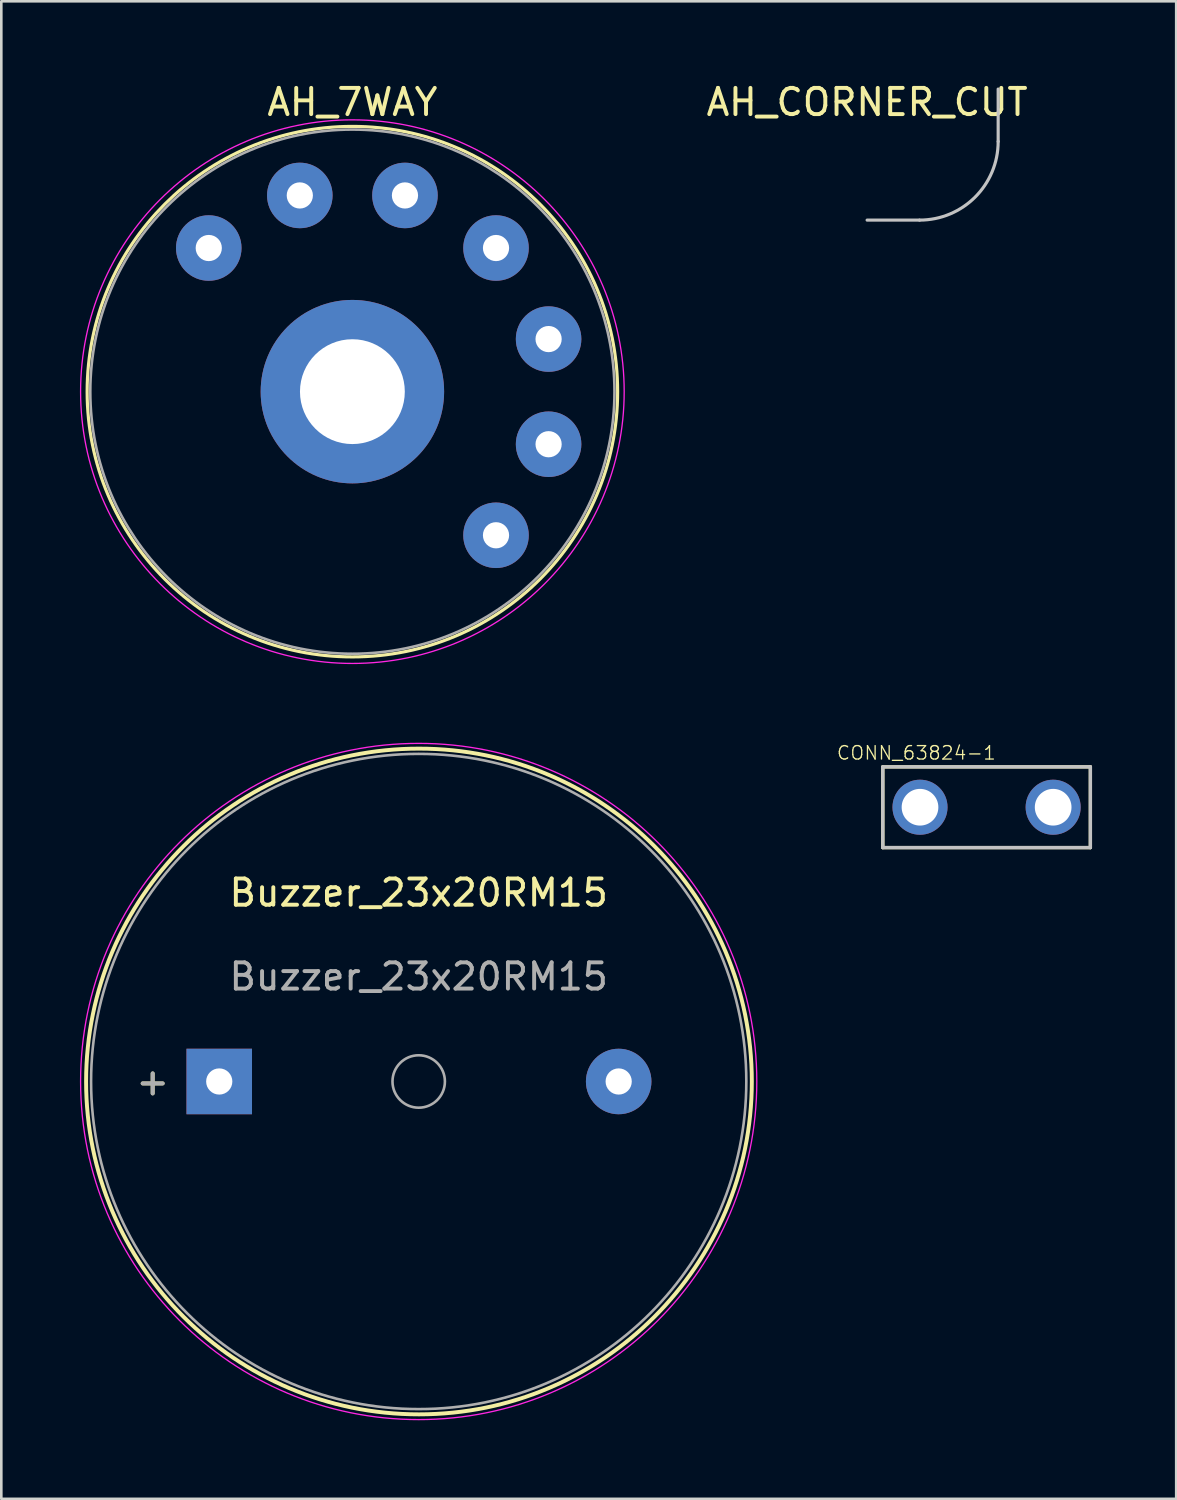
<source format=kicad_pcb>
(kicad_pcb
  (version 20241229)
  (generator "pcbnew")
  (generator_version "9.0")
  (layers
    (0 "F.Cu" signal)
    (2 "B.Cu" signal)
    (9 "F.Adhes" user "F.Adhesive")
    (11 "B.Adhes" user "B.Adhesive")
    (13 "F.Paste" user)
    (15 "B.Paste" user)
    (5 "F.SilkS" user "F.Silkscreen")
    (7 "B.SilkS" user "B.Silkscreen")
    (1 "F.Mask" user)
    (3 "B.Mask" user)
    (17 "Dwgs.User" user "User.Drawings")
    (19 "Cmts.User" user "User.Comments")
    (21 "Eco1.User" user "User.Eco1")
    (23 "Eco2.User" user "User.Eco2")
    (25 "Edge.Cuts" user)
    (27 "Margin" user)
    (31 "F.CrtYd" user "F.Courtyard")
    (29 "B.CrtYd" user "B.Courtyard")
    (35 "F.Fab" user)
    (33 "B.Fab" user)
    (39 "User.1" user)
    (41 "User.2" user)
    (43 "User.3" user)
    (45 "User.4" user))
  (footprint "AH_7WAY"
    (layer "F.Cu")
    (at 10.395 11.893)
    (property "Reference" "AH_7WAY" (at 0 -11.045 0) (layer "F.SilkS") (effects (font (size 1 1) (thickness 0.15))))
    (attr through_hole)
    (fp_circle (center 0 0) (end 0 10.12) (stroke (width 0.12) (type solid)) (fill no) (layer "F.SilkS"))
    (fp_circle (center 0 0) (end 0 10.37) (stroke (width 0.05) (type solid)) (fill no) (layer "F.CrtYd"))
    (fp_circle (center 0 0) (end 0 10) (stroke (width 0.1) (type solid)) (fill no) (layer "F.Fab"))
    (pad "1" thru_hole oval (at -5.48 -5.48) (size 2.5 2.5) (drill 1) (layers "*.Cu" "*.Mask"))
    (pad "2" thru_hole oval (at -2.006 -7.486) (size 2.5 2.5) (drill 1) (layers "*.Cu" "*.Mask"))
    (pad "3" thru_hole oval (at 2.006 -7.486) (size 2.5 2.5) (drill 1) (layers "*.Cu" "*.Mask"))
    (pad "4" thru_hole oval (at 5.48 -5.48) (size 2.5 2.5) (drill 1) (layers "*.Cu" "*.Mask"))
    (pad "5" thru_hole oval (at 7.486 -2.006) (size 2.5 2.5) (drill 1) (layers "*.Cu" "*.Mask"))
    (pad "6" thru_hole oval (at 7.486 2.006) (size 2.5 2.5) (drill 1) (layers "*.Cu" "*.Mask"))
    (pad "7" thru_hole oval (at 5.48 5.48) (size 2.5 2.5) (drill 1) (layers "*.Cu" "*.Mask"))
    (pad "C" thru_hole circle (at 0 0) (size 7 7) (drill 4) (layers "*.Cu" "*.Mask")))
  (footprint "CONN_63824-1"
    (layer "F.Cu")
    (at 34.592 27.749)
    (property "Reference" "CONN_63824-1" (at -2.68 -2.073 0) (layer "F.SilkS") (effects (font (size 0.512 0.512) (thickness 0.05))))
    (attr through_hole)
    (fp_line (start -3.96 -1.54) (end 3.96 -1.54) (stroke (width 0.127) (type solid)) (layer "F.SilkS"))
    (fp_line (start -3.96 1.54) (end -3.96 -1.54) (stroke (width 0.127) (type solid)) (layer "F.SilkS"))
    (fp_line (start 3.96 -1.54) (end 3.96 1.54) (stroke (width 0.127) (type solid)) (layer "F.SilkS"))
    (fp_line (start 3.96 1.54) (end -3.96 1.54) (stroke (width 0.127) (type solid)) (layer "F.SilkS"))
    (fp_line (start -3.96 -1.54) (end -3.96 1.54) (stroke (width 0.127) (type solid)) (layer "Dwgs.User"))
    (fp_line (start -3.96 1.54) (end 3.96 1.54) (stroke (width 0.127) (type solid)) (layer "Dwgs.User"))
    (fp_line (start 3.96 -1.54) (end -3.96 -1.54) (stroke (width 0.127) (type solid)) (layer "Dwgs.User"))
    (fp_line (start 3.96 1.54) (end 3.96 -1.54) (stroke (width 0.127) (type solid)) (layer "Dwgs.User"))
    (fp_line (start -4.21 -1.79) (end -4.21 1.79) (stroke (width 0.05) (type solid)) (layer "Eco1.User"))
    (fp_line (start -4.21 1.79) (end 4.21 1.79) (stroke (width 0.05) (type solid)) (layer "Eco1.User"))
    (fp_line (start 4.21 -1.79) (end -4.21 -1.79) (stroke (width 0.05) (type solid)) (layer "Eco1.User"))
    (fp_line (start 4.21 1.79) (end 4.21 -1.79) (stroke (width 0.05) (type solid)) (layer "Eco1.User"))
    (pad "1" thru_hole circle (at -2.54 0) (size 2.1 2.1) (drill 1.4) (layers "*.Cu" "*.Mask"))
    (pad "2" thru_hole circle (at 2.54 0) (size 2.1 2.1) (drill 1.4) (layers "*.Cu" "*.Mask")))
  (footprint "Buzzer_23x20RM15"
    (layer "F.Cu")
    (at 9.125 38.213)
    (property "Reference" "Buzzer_23x20RM15" (at 3.8 -7.2 0) (layer "F.SilkS") (effects (font (size 1 1) (thickness 0.15))))
    (attr through_hole)
    (fp_circle (center 3.81 0) (end 16.51 0) (stroke (width 0.15) (type solid)) (fill no) (layer "F.SilkS"))
    (fp_circle (center 3.8 0) (end 16.7 0) (stroke (width 0.05) (type solid)) (fill no) (layer "F.CrtYd"))
    (fp_circle (center 3.8 0) (end 4.8 0) (stroke (width 0.1) (type solid)) (fill no) (layer "F.Fab"))
    (fp_circle (center 3.8 0) (end 16.3 0) (stroke (width 0.1) (type solid)) (fill no) (layer "F.Fab"))
    (fp_text user "+" (at -6.35 0 0) (layer "F.SilkS") (effects (font (size 1 1) (thickness 0.15))))
    (fp_text user "+" (at -6.35 0 0) (layer "F.Fab") (effects (font (size 1 1) (thickness 0.15))))
    (fp_text user "${REFERENCE}" (at 3.8 -4 0) (layer "F.Fab") (effects (font (size 1 1) (thickness 0.15))))
    (pad "1" thru_hole rect (at -3.81 0) (size 2.5 2.5) (drill 1) (layers "*.Cu" "*.Mask"))
    (pad "2" thru_hole circle (at 11.43 0) (size 2.5 2.5) (drill 1) (layers "*.Cu" "*.Mask")))
  (footprint "AH_CORNER_CUT"
    (layer "F.Cu")
    (at 30.034 0.348)
    (property "Reference" "AH_CORNER_CUT" (at 0 0.5 0) (layer "F.SilkS") (effects (font (size 1 1) (thickness 0.15))))
    (attr through_hole)
    (fp_line (start 2 5) (end 0 5) (stroke (width 0.12) (type solid)) (layer "Dwgs.User"))
    (fp_line (start 5 2) (end 5 0) (stroke (width 0.12) (type solid)) (layer "Dwgs.User"))
    (fp_arc (start 5 2) (mid 4.12132 4.12132) (end 2 5) (stroke (width 0.12) (type solid)) (layer "Dwgs.User")))
  (gr_rect
    (start -3 -3)
    (end 41.827 54.138)
    (stroke (width 0.1) (type default))
    (fill no)
    (layer "Edge.Cuts")))
</source>
